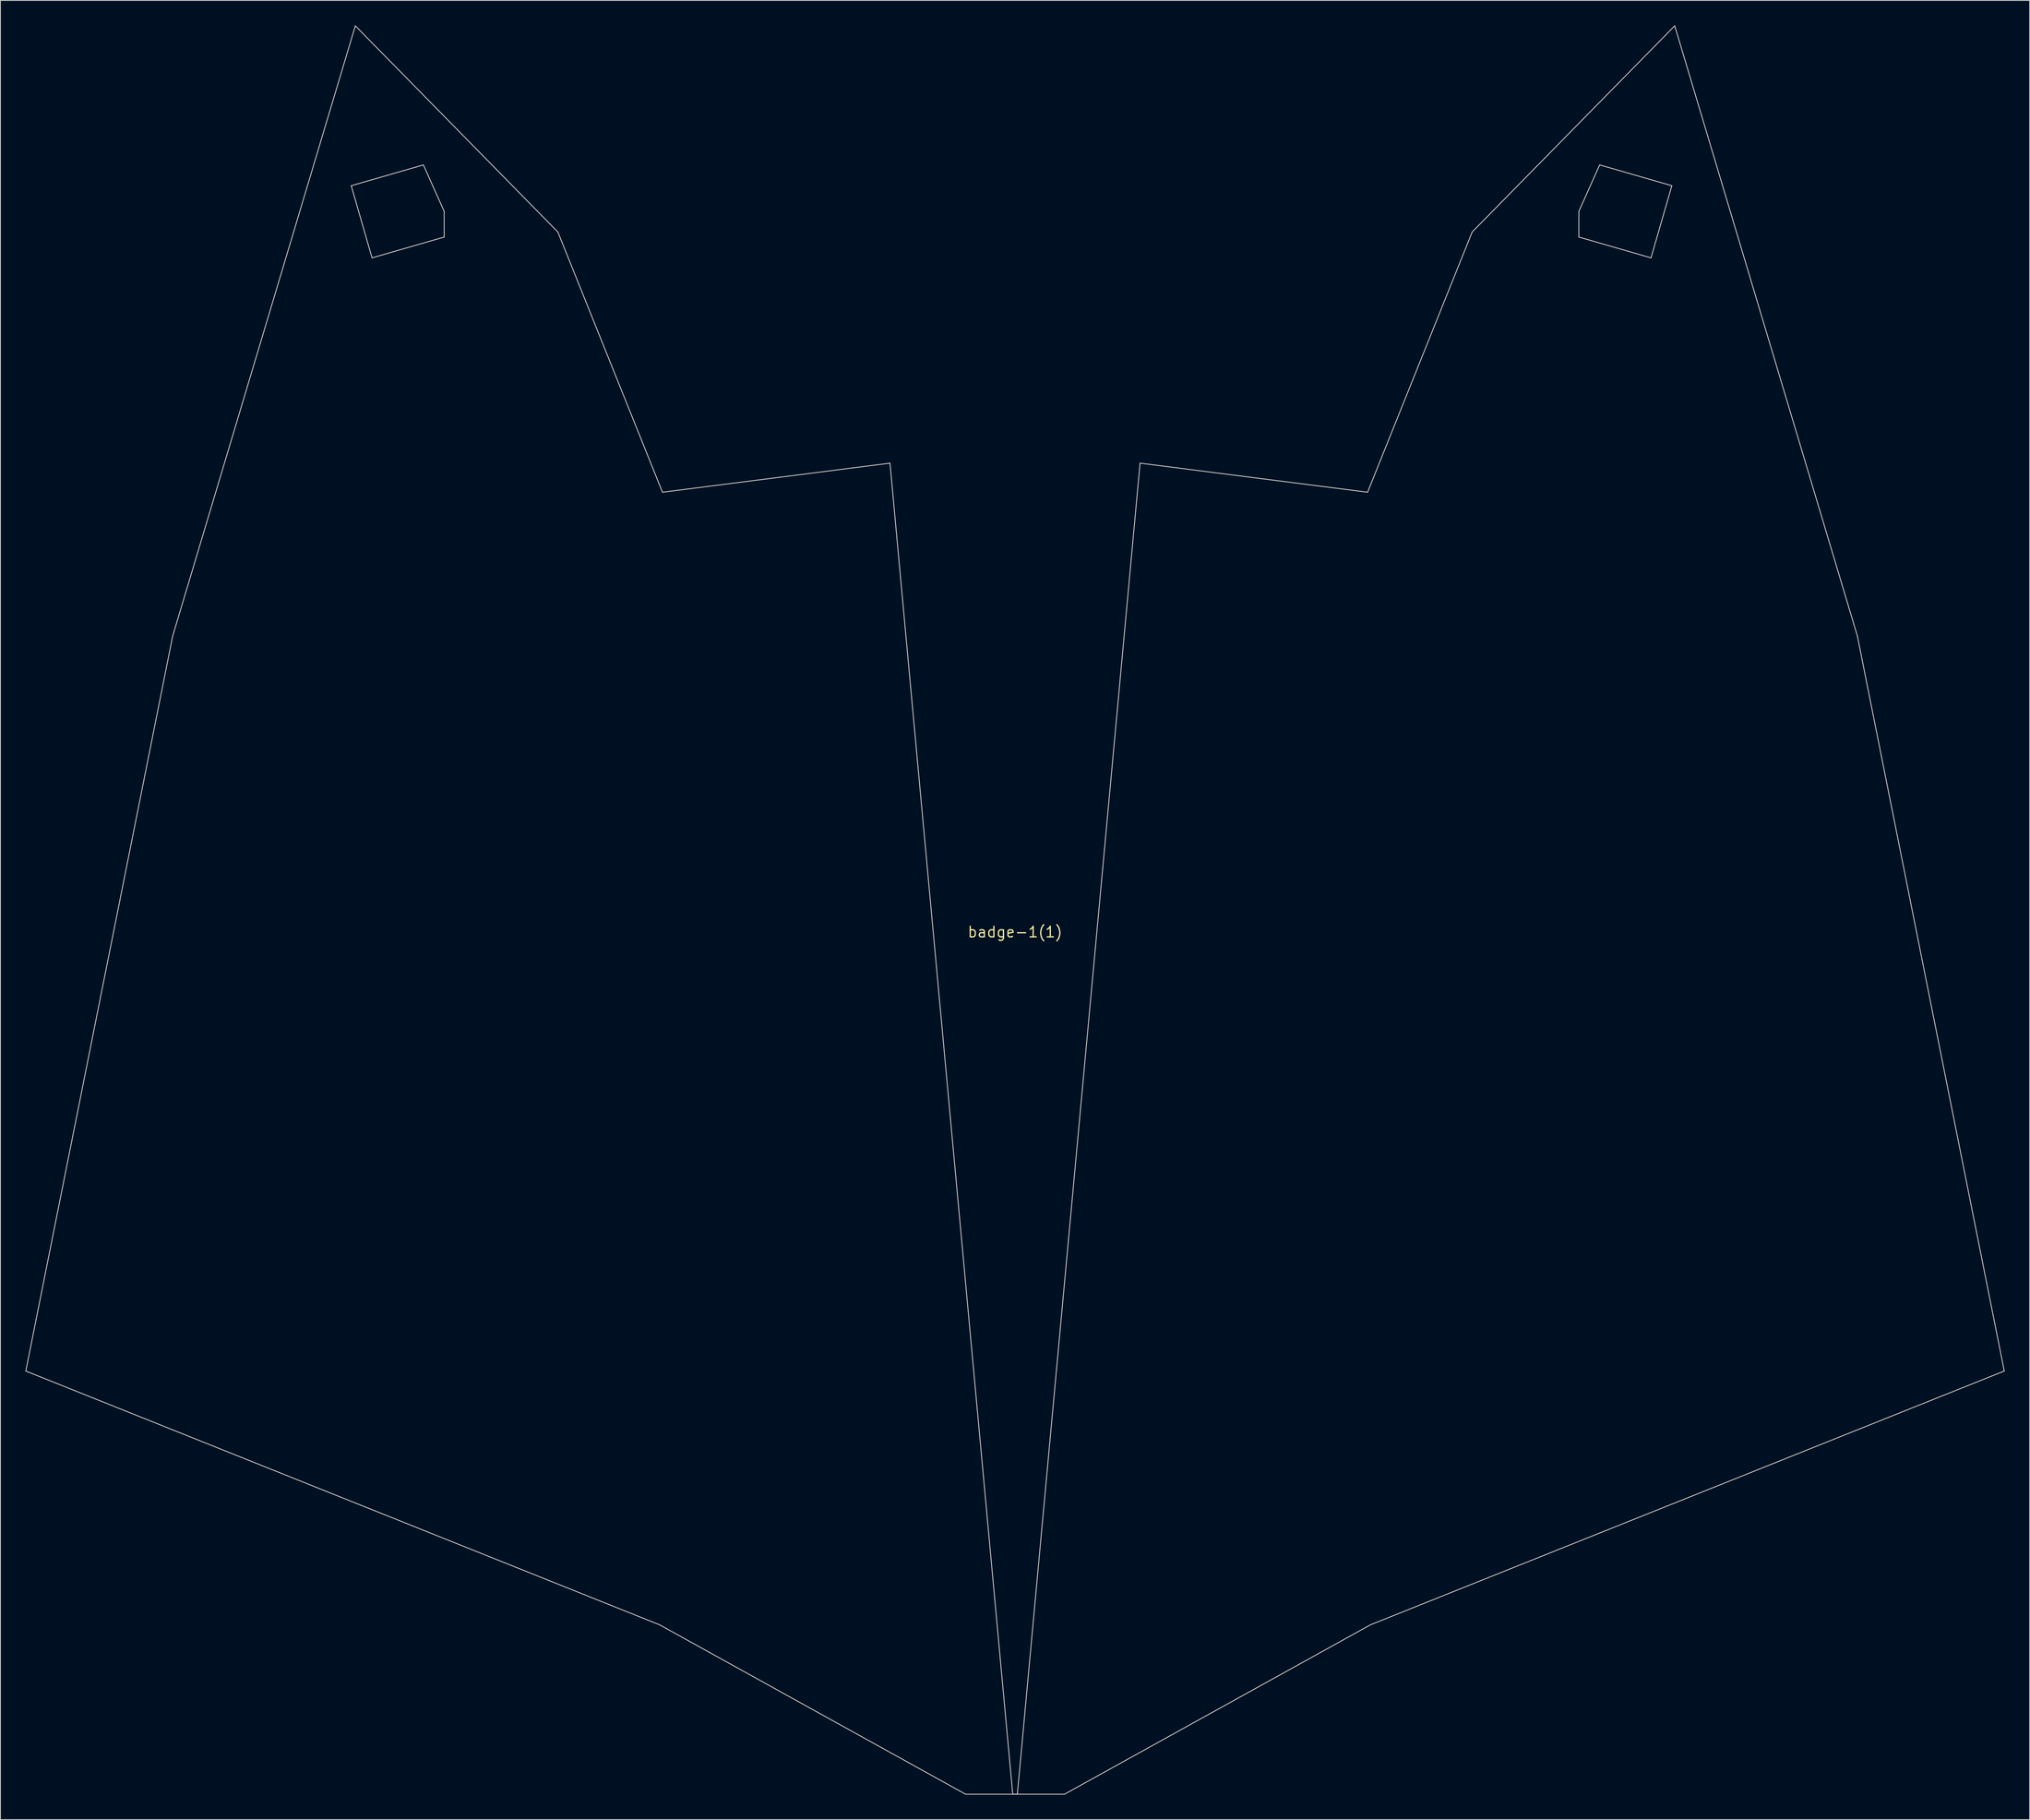
<source format=kicad_pcb>
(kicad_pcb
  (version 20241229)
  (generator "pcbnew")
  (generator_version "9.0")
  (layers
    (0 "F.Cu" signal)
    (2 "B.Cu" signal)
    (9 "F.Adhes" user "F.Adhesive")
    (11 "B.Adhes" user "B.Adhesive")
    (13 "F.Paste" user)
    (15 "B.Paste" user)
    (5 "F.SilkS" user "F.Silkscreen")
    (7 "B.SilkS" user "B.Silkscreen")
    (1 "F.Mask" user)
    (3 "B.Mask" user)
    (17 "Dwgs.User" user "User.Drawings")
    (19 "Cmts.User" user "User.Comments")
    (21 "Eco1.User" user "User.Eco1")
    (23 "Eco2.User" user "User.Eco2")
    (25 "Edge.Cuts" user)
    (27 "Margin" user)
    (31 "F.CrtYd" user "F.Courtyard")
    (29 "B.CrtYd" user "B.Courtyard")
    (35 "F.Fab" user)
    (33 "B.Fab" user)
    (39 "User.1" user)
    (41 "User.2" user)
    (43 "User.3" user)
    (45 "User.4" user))
  (footprint "badge-1(1)"
    (layer "F.Cu")
    (at 118.887 108.942)
    (property "Reference" "badge-1(1)" (at 0 0 0) (layer "F.SilkS") (effects (font (size 1.27 1.27) (thickness 0.15))))
    (attr through_hole)
    (fp_line (start -118.837 52.76) (end -101.194 -35.558) (stroke (width 0.1) (type solid)) (layer "Edge.Cuts"))
    (fp_line (start -101.194 -35.558) (end -79.251 -108.889) (stroke (width 0.1) (type solid)) (layer "Edge.Cuts"))
    (fp_line (start -79.744 -89.675) (end -71.075 -92.176) (stroke (width 0.1) (type solid)) (layer "Edge.Cuts"))
    (fp_line (start -79.251 -108.889) (end -54.919 -84.111) (stroke (width 0.1) (type solid)) (layer "Edge.Cuts"))
    (fp_line (start -77.244 -81.006) (end -79.744 -89.675) (stroke (width 0.1) (type solid)) (layer "Edge.Cuts"))
    (fp_line (start -71.075 -92.176) (end -68.575 -86.591) (stroke (width 0.1) (type solid)) (layer "Edge.Cuts"))
    (fp_line (start -68.575 -86.591) (end -68.575 -83.507) (stroke (width 0.1) (type solid)) (layer "Edge.Cuts"))
    (fp_line (start -68.575 -83.507) (end -77.244 -81.006) (stroke (width 0.1) (type solid)) (layer "Edge.Cuts"))
    (fp_line (start -54.919 -84.111) (end -42.355 -52.844) (stroke (width 0.1) (type solid)) (layer "Edge.Cuts"))
    (fp_line (start -42.691 83.256) (end -118.837 52.76) (stroke (width 0.1) (type solid)) (layer "Edge.Cuts"))
    (fp_line (start -42.355 -52.844) (end -15.022 -56.338) (stroke (width 0.1) (type solid)) (layer "Edge.Cuts"))
    (fp_line (start -15.022 -56.338) (end -0.276 103.611) (stroke (width 0.1) (type solid)) (layer "Edge.Cuts"))
    (fp_line (start -5.937 103.611) (end -42.691 83.256) (stroke (width 0.1) (type solid)) (layer "Edge.Cuts"))
    (fp_line (start -0.276 103.611) (end 5.939 103.611) (stroke (width 0.1) (type solid)) (layer "Edge.Cuts"))
    (fp_line (start 0.278 103.611) (end -5.937 103.611) (stroke (width 0.1) (type solid)) (layer "Edge.Cuts"))
    (fp_line (start 5.939 103.611) (end 42.692 83.255) (stroke (width 0.1) (type solid)) (layer "Edge.Cuts"))
    (fp_line (start 15.02 -56.338) (end 0.278 103.611) (stroke (width 0.1) (type solid)) (layer "Edge.Cuts"))
    (fp_line (start 42.353 -52.845) (end 15.02 -56.338) (stroke (width 0.1) (type solid)) (layer "Edge.Cuts"))
    (fp_line (start 42.692 83.255) (end 118.837 52.756) (stroke (width 0.1) (type solid)) (layer "Edge.Cuts"))
    (fp_line (start 54.916 -84.113) (end 42.353 -52.845) (stroke (width 0.1) (type solid)) (layer "Edge.Cuts"))
    (fp_line (start 67.731 -86.591) (end 67.731 -83.507) (stroke (width 0.1) (type solid)) (layer "Edge.Cuts"))
    (fp_line (start 67.731 -83.507) (end 76.4 -81.006) (stroke (width 0.1) (type solid)) (layer "Edge.Cuts"))
    (fp_line (start 70.231 -92.176) (end 67.731 -86.591) (stroke (width 0.1) (type solid)) (layer "Edge.Cuts"))
    (fp_line (start 76.4 -81.006) (end 78.9 -89.675) (stroke (width 0.1) (type solid)) (layer "Edge.Cuts"))
    (fp_line (start 78.9 -89.675) (end 70.231 -92.176) (stroke (width 0.1) (type solid)) (layer "Edge.Cuts"))
    (fp_line (start 79.247 -108.892) (end 54.916 -84.113) (stroke (width 0.1) (type solid)) (layer "Edge.Cuts"))
    (fp_line (start 101.193 -35.561) (end 79.247 -108.892) (stroke (width 0.1) (type solid)) (layer "Edge.Cuts"))
    (fp_line (start 118.837 52.756) (end 101.193 -35.561) (stroke (width 0.1) (type solid)) (layer "Edge.Cuts")))
  (gr_rect
    (start -3 -3)
    (end 240.774 215.603)
    (stroke (width 0.1) (type default))
    (fill no)
    (layer "Edge.Cuts")))
</source>
